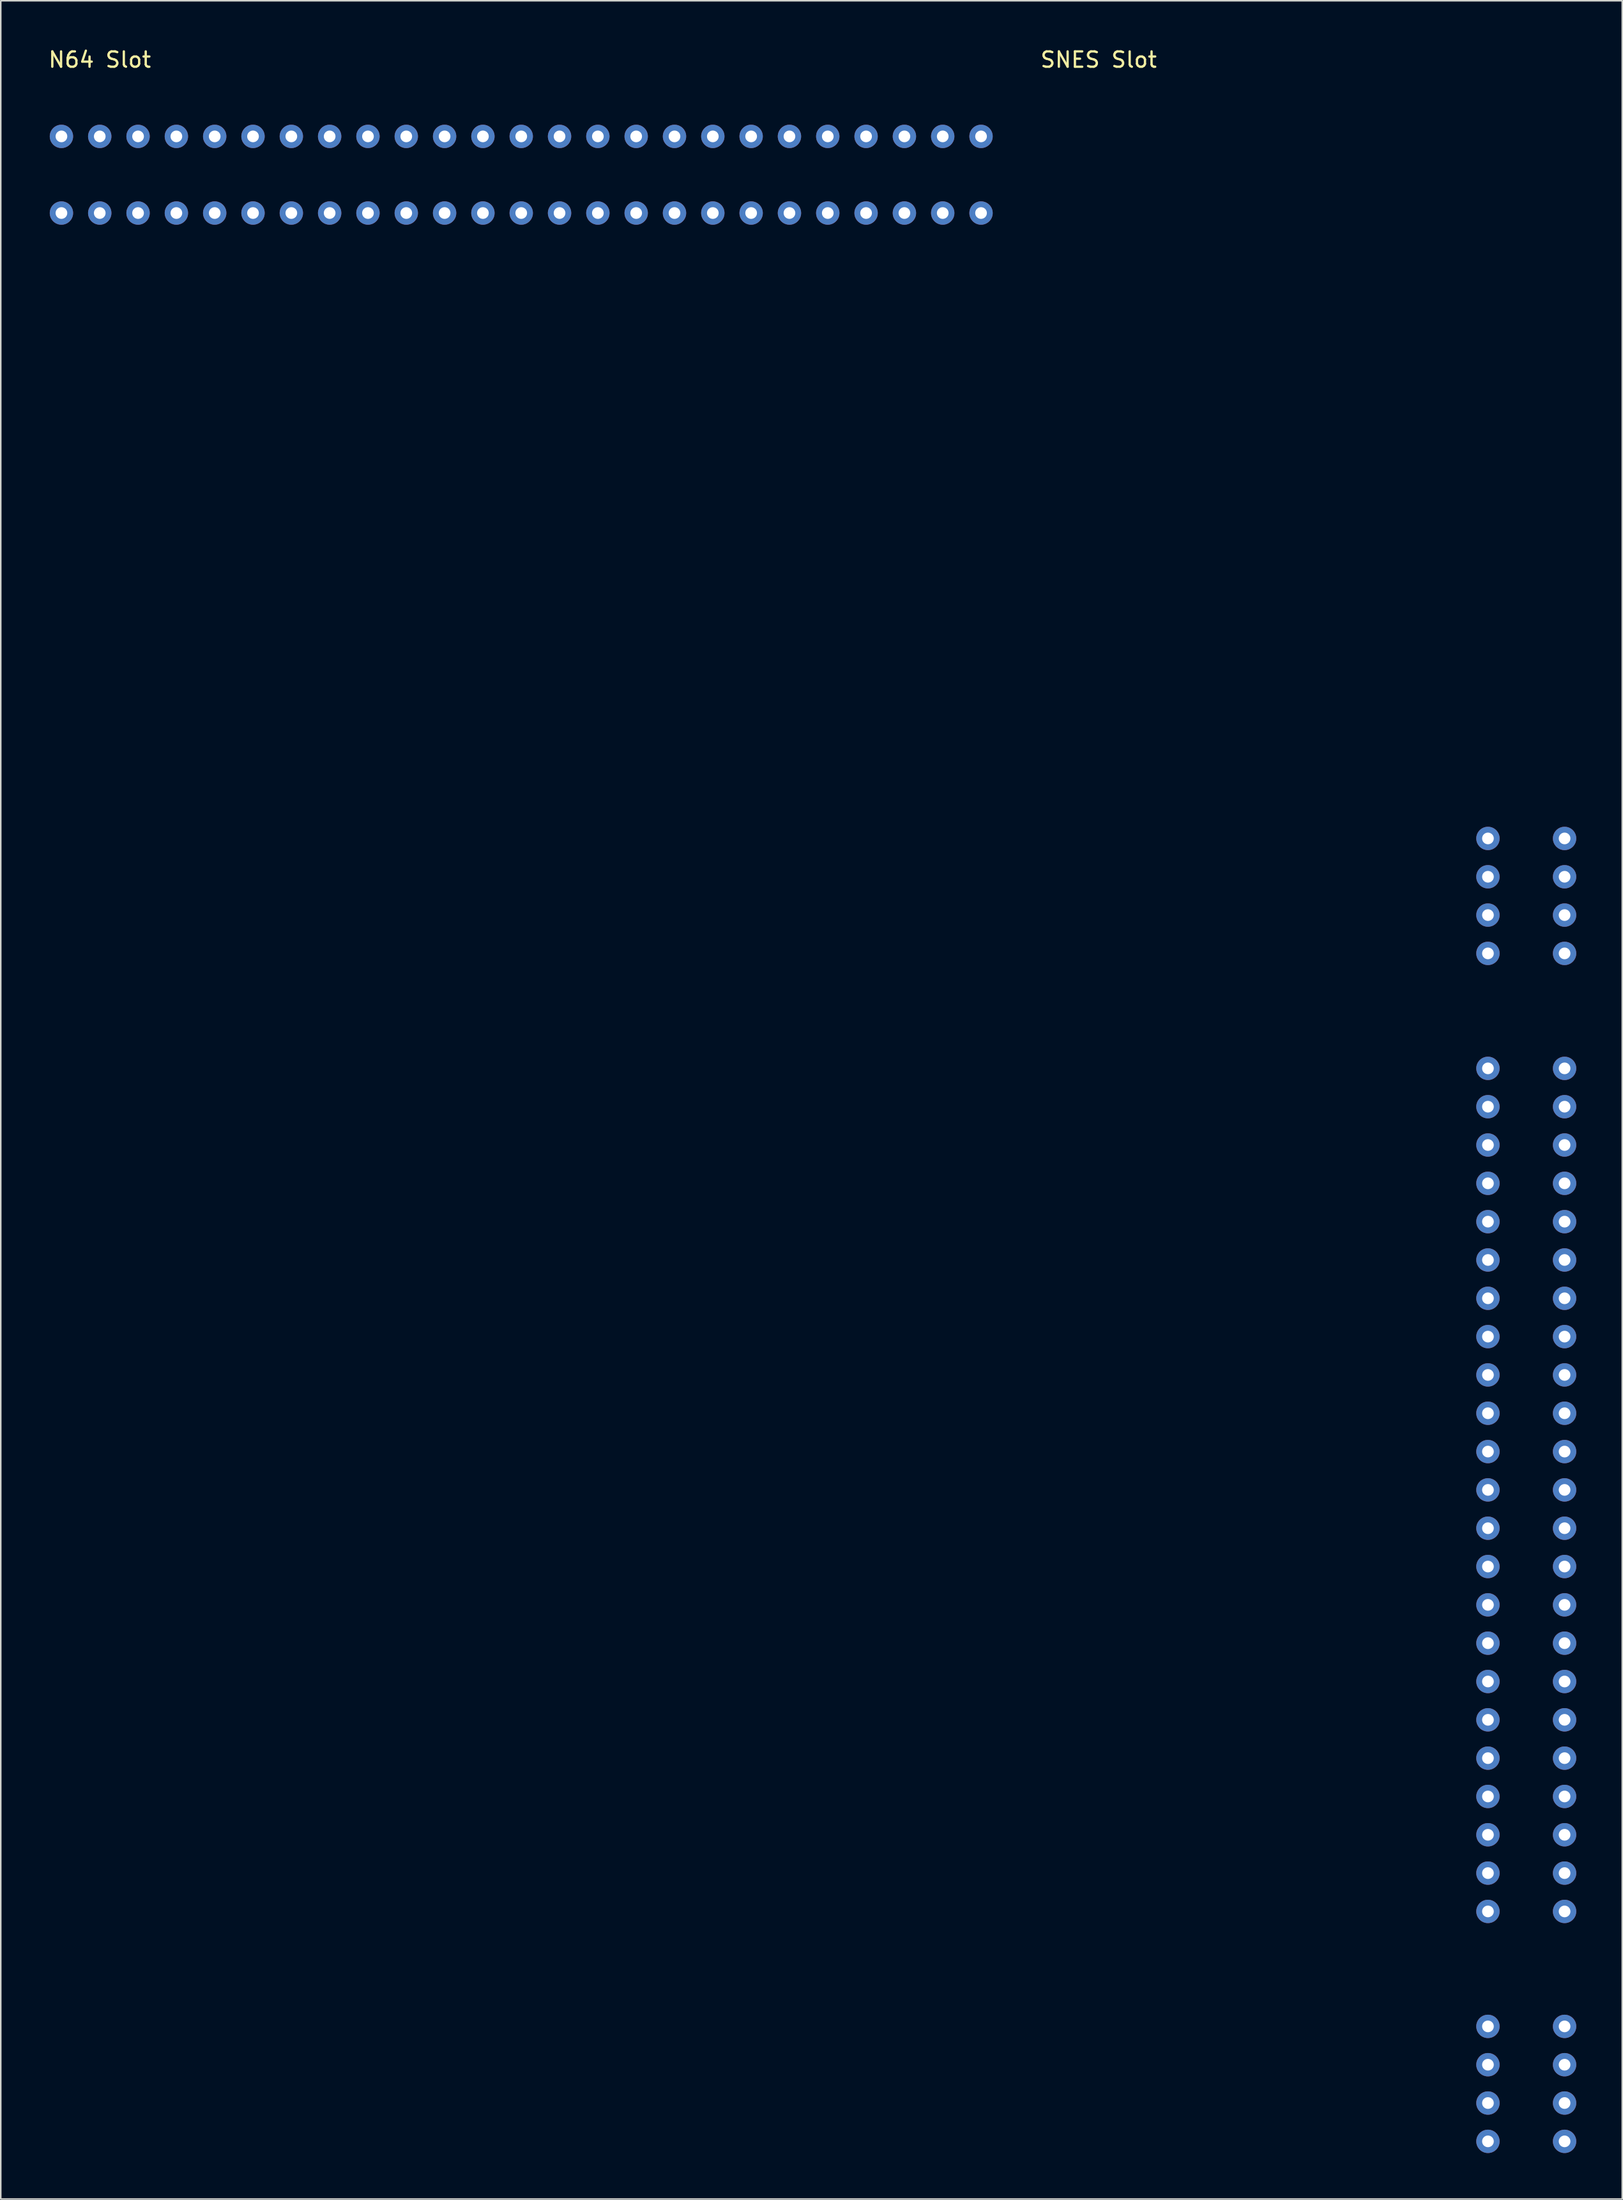
<source format=kicad_pcb>
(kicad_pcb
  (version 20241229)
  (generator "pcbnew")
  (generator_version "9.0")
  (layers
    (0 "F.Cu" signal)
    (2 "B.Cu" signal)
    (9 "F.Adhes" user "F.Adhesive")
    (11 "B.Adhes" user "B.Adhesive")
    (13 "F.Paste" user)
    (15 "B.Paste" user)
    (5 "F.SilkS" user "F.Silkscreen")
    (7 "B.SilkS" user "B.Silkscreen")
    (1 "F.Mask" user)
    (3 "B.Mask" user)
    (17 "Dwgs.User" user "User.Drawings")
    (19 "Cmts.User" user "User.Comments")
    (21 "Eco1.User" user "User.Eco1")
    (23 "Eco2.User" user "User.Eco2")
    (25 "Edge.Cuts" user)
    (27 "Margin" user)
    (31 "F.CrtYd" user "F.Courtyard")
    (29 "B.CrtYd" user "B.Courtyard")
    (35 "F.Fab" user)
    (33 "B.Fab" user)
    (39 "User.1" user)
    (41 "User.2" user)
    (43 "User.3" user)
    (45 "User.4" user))
  (footprint "SNES Slot"
    (layer "F.Cu")
    (at 94.031 51.648)
    (property "Reference" "SNES Slot" (at -25.4 -50.8 0) (unlocked yes) (layer "F.SilkS") (effects (font (size 1 1) (thickness 0.15))))
    (attr through_hole)
    (pad "1" thru_hole circle (at 0 0) (size 1.524 1.524) (drill 0.762) (layers "*.Cu" "*.Mask"))
    (pad "2" thru_hole circle (at 0 2.5) (size 1.524 1.524) (drill 0.762) (layers "*.Cu" "*.Mask"))
    (pad "3" thru_hole circle (at 0 5) (size 1.524 1.524) (drill 0.762) (layers "*.Cu" "*.Mask"))
    (pad "4" thru_hole circle (at 0 7.5) (size 1.524 1.524) (drill 0.762) (layers "*.Cu" "*.Mask"))
    (pad "5" thru_hole circle (at 0 15) (size 1.524 1.524) (drill 0.762) (layers "*.Cu" "*.Mask"))
    (pad "6" thru_hole circle (at 0 17.5) (size 1.524 1.524) (drill 0.762) (layers "*.Cu" "*.Mask"))
    (pad "7" thru_hole circle (at 0 20) (size 1.524 1.524) (drill 0.762) (layers "*.Cu" "*.Mask"))
    (pad "8" thru_hole circle (at 0 22.5) (size 1.524 1.524) (drill 0.762) (layers "*.Cu" "*.Mask"))
    (pad "9" thru_hole circle (at 0 25) (size 1.524 1.524) (drill 0.762) (layers "*.Cu" "*.Mask"))
    (pad "10" thru_hole circle (at 0 27.5) (size 1.524 1.524) (drill 0.762) (layers "*.Cu" "*.Mask"))
    (pad "11" thru_hole circle (at 0 30) (size 1.524 1.524) (drill 0.762) (layers "*.Cu" "*.Mask"))
    (pad "12" thru_hole circle (at 0 32.5) (size 1.524 1.524) (drill 0.762) (layers "*.Cu" "*.Mask"))
    (pad "13" thru_hole circle (at 0 35) (size 1.524 1.524) (drill 0.762) (layers "*.Cu" "*.Mask"))
    (pad "14" thru_hole circle (at 0 37.5) (size 1.524 1.524) (drill 0.762) (layers "*.Cu" "*.Mask"))
    (pad "15" thru_hole circle (at 0 40) (size 1.524 1.524) (drill 0.762) (layers "*.Cu" "*.Mask"))
    (pad "16" thru_hole circle (at 0 42.5) (size 1.524 1.524) (drill 0.762) (layers "*.Cu" "*.Mask"))
    (pad "17" thru_hole circle (at 0 45) (size 1.524 1.524) (drill 0.762) (layers "*.Cu" "*.Mask"))
    (pad "18" thru_hole circle (at 0 47.5) (size 1.524 1.524) (drill 0.762) (layers "*.Cu" "*.Mask"))
    (pad "19" thru_hole circle (at 0 50) (size 1.524 1.524) (drill 0.762) (layers "*.Cu" "*.Mask"))
    (pad "20" thru_hole circle (at 0 52.5) (size 1.524 1.524) (drill 0.762) (layers "*.Cu" "*.Mask"))
    (pad "21" thru_hole circle (at 0 55) (size 1.524 1.524) (drill 0.762) (layers "*.Cu" "*.Mask"))
    (pad "22" thru_hole circle (at 0 57.5) (size 1.524 1.524) (drill 0.762) (layers "*.Cu" "*.Mask"))
    (pad "23" thru_hole circle (at 0 60) (size 1.524 1.524) (drill 0.762) (layers "*.Cu" "*.Mask"))
    (pad "24" thru_hole circle (at 0 62.5) (size 1.524 1.524) (drill 0.762) (layers "*.Cu" "*.Mask"))
    (pad "25" thru_hole circle (at 0 65) (size 1.524 1.524) (drill 0.762) (layers "*.Cu" "*.Mask"))
    (pad "26" thru_hole circle (at 0 67.5) (size 1.524 1.524) (drill 0.762) (layers "*.Cu" "*.Mask"))
    (pad "27" thru_hole circle (at 0 70) (size 1.524 1.524) (drill 0.762) (layers "*.Cu" "*.Mask"))
    (pad "28" thru_hole circle (at 0 77.5) (size 1.524 1.524) (drill 0.762) (layers "*.Cu" "*.Mask"))
    (pad "29" thru_hole circle (at 0 80) (size 1.524 1.524) (drill 0.762) (layers "*.Cu" "*.Mask"))
    (pad "30" thru_hole circle (at 0 82.5) (size 1.524 1.524) (drill 0.762) (layers "*.Cu" "*.Mask"))
    (pad "31" thru_hole circle (at 0 85) (size 1.524 1.524) (drill 0.762) (layers "*.Cu" "*.Mask"))
    (pad "32" thru_hole circle (at 5 0) (size 1.524 1.524) (drill 0.762) (layers "*.Cu" "*.Mask"))
    (pad "33" thru_hole circle (at 5 2.5) (size 1.524 1.524) (drill 0.762) (layers "*.Cu" "*.Mask"))
    (pad "34" thru_hole circle (at 5 5) (size 1.524 1.524) (drill 0.762) (layers "*.Cu" "*.Mask"))
    (pad "35" thru_hole circle (at 5 7.5) (size 1.524 1.524) (drill 0.762) (layers "*.Cu" "*.Mask"))
    (pad "36" thru_hole circle (at 5 15) (size 1.524 1.524) (drill 0.762) (layers "*.Cu" "*.Mask"))
    (pad "37" thru_hole circle (at 5 17.5) (size 1.524 1.524) (drill 0.762) (layers "*.Cu" "*.Mask"))
    (pad "38" thru_hole circle (at 5 20) (size 1.524 1.524) (drill 0.762) (layers "*.Cu" "*.Mask"))
    (pad "39" thru_hole circle (at 5 22.5) (size 1.524 1.524) (drill 0.762) (layers "*.Cu" "*.Mask"))
    (pad "40" thru_hole circle (at 5 25) (size 1.524 1.524) (drill 0.762) (layers "*.Cu" "*.Mask"))
    (pad "41" thru_hole circle (at 5 27.5) (size 1.524 1.524) (drill 0.762) (layers "*.Cu" "*.Mask"))
    (pad "42" thru_hole circle (at 5 30) (size 1.524 1.524) (drill 0.762) (layers "*.Cu" "*.Mask"))
    (pad "43" thru_hole circle (at 5 32.5) (size 1.524 1.524) (drill 0.762) (layers "*.Cu" "*.Mask"))
    (pad "44" thru_hole circle (at 5 35) (size 1.524 1.524) (drill 0.762) (layers "*.Cu" "*.Mask"))
    (pad "45" thru_hole circle (at 5 37.5) (size 1.524 1.524) (drill 0.762) (layers "*.Cu" "*.Mask"))
    (pad "46" thru_hole circle (at 5 40) (size 1.524 1.524) (drill 0.762) (layers "*.Cu" "*.Mask"))
    (pad "47" thru_hole circle (at 5 42.5) (size 1.524 1.524) (drill 0.762) (layers "*.Cu" "*.Mask"))
    (pad "48" thru_hole circle (at 5 45) (size 1.524 1.524) (drill 0.762) (layers "*.Cu" "*.Mask"))
    (pad "49" thru_hole circle (at 5 47.5) (size 1.524 1.524) (drill 0.762) (layers "*.Cu" "*.Mask"))
    (pad "50" thru_hole circle (at 5 50) (size 1.524 1.524) (drill 0.762) (layers "*.Cu" "*.Mask"))
    (pad "51" thru_hole circle (at 5 52.5) (size 1.524 1.524) (drill 0.762) (layers "*.Cu" "*.Mask"))
    (pad "52" thru_hole circle (at 5 55) (size 1.524 1.524) (drill 0.762) (layers "*.Cu" "*.Mask"))
    (pad "53" thru_hole circle (at 5 57.5) (size 1.524 1.524) (drill 0.762) (layers "*.Cu" "*.Mask"))
    (pad "54" thru_hole circle (at 5 60) (size 1.524 1.524) (drill 0.762) (layers "*.Cu" "*.Mask"))
    (pad "55" thru_hole circle (at 5 62.5) (size 1.524 1.524) (drill 0.762) (layers "*.Cu" "*.Mask"))
    (pad "56" thru_hole circle (at 5 65) (size 1.524 1.524) (drill 0.762) (layers "*.Cu" "*.Mask"))
    (pad "57" thru_hole circle (at 5 67.5) (size 1.524 1.524) (drill 0.762) (layers "*.Cu" "*.Mask"))
    (pad "58" thru_hole circle (at 5 70) (size 1.524 1.524) (drill 0.762) (layers "*.Cu" "*.Mask"))
    (pad "59" thru_hole circle (at 5 77.5) (size 1.524 1.524) (drill 0.762) (layers "*.Cu" "*.Mask"))
    (pad "60" thru_hole circle (at 5 80) (size 1.524 1.524) (drill 0.762) (layers "*.Cu" "*.Mask"))
    (pad "61" thru_hole circle (at 5 82.5) (size 1.524 1.524) (drill 0.762) (layers "*.Cu" "*.Mask"))
    (pad "62" thru_hole circle (at 5 85) (size 1.524 1.524) (drill 0.762) (layers "*.Cu" "*.Mask")))
  (footprint "N64 Slot"
    (layer "F.Cu")
    (at 0.958 10.848)
    (property "Reference" "N64 Slot" (at 2.5 -10 0) (unlocked yes) (layer "F.SilkS") (effects (font (size 1 1) (thickness 0.15))))
    (attr through_hole)
    (pad "1" thru_hole circle (at 0 0) (size 1.524 1.524) (drill 0.762) (layers "*.Cu" "*.Mask"))
    (pad "2" thru_hole circle (at 2.5 0) (size 1.524 1.524) (drill 0.762) (layers "*.Cu" "*.Mask"))
    (pad "3" thru_hole circle (at 5 0) (size 1.524 1.524) (drill 0.762) (layers "*.Cu" "*.Mask"))
    (pad "4" thru_hole circle (at 7.5 0) (size 1.524 1.524) (drill 0.762) (layers "*.Cu" "*.Mask"))
    (pad "5" thru_hole circle (at 10 0) (size 1.524 1.524) (drill 0.762) (layers "*.Cu" "*.Mask"))
    (pad "6" thru_hole circle (at 12.5 0) (size 1.524 1.524) (drill 0.762) (layers "*.Cu" "*.Mask"))
    (pad "7" thru_hole circle (at 15 0) (size 1.524 1.524) (drill 0.762) (layers "*.Cu" "*.Mask"))
    (pad "8" thru_hole circle (at 17.5 0) (size 1.524 1.524) (drill 0.762) (layers "*.Cu" "*.Mask"))
    (pad "9" thru_hole circle (at 20 0) (size 1.524 1.524) (drill 0.762) (layers "*.Cu" "*.Mask"))
    (pad "10" thru_hole circle (at 22.5 0) (size 1.524 1.524) (drill 0.762) (layers "*.Cu" "*.Mask"))
    (pad "11" thru_hole circle (at 25 0) (size 1.524 1.524) (drill 0.762) (layers "*.Cu" "*.Mask"))
    (pad "12" thru_hole circle (at 27.5 0) (size 1.524 1.524) (drill 0.762) (layers "*.Cu" "*.Mask"))
    (pad "13" thru_hole circle (at 30 0) (size 1.524 1.524) (drill 0.762) (layers "*.Cu" "*.Mask"))
    (pad "14" thru_hole circle (at 32.5 0) (size 1.524 1.524) (drill 0.762) (layers "*.Cu" "*.Mask"))
    (pad "15" thru_hole circle (at 35 0) (size 1.524 1.524) (drill 0.762) (layers "*.Cu" "*.Mask"))
    (pad "16" thru_hole circle (at 37.5 0) (size 1.524 1.524) (drill 0.762) (layers "*.Cu" "*.Mask"))
    (pad "17" thru_hole circle (at 40 0) (size 1.524 1.524) (drill 0.762) (layers "*.Cu" "*.Mask"))
    (pad "18" thru_hole circle (at 42.5 0) (size 1.524 1.524) (drill 0.762) (layers "*.Cu" "*.Mask"))
    (pad "19" thru_hole circle (at 45 0) (size 1.524 1.524) (drill 0.762) (layers "*.Cu" "*.Mask"))
    (pad "20" thru_hole circle (at 47.5 0) (size 1.524 1.524) (drill 0.762) (layers "*.Cu" "*.Mask"))
    (pad "21" thru_hole circle (at 50 0) (size 1.524 1.524) (drill 0.762) (layers "*.Cu" "*.Mask"))
    (pad "22" thru_hole circle (at 52.5 0) (size 1.524 1.524) (drill 0.762) (layers "*.Cu" "*.Mask"))
    (pad "23" thru_hole circle (at 55 0) (size 1.524 1.524) (drill 0.762) (layers "*.Cu" "*.Mask"))
    (pad "24" thru_hole circle (at 57.5 0) (size 1.524 1.524) (drill 0.762) (layers "*.Cu" "*.Mask"))
    (pad "25" thru_hole circle (at 60 0) (size 1.524 1.524) (drill 0.762) (layers "*.Cu" "*.Mask"))
    (pad "26" thru_hole circle (at 0 -5) (size 1.524 1.524) (drill 0.762) (layers "*.Cu" "*.Mask"))
    (pad "27" thru_hole circle (at 2.5 -5) (size 1.524 1.524) (drill 0.762) (layers "*.Cu" "*.Mask"))
    (pad "28" thru_hole circle (at 5 -5) (size 1.524 1.524) (drill 0.762) (layers "*.Cu" "*.Mask"))
    (pad "29" thru_hole circle (at 7.5 -5) (size 1.524 1.524) (drill 0.762) (layers "*.Cu" "*.Mask"))
    (pad "30" thru_hole circle (at 10 -5) (size 1.524 1.524) (drill 0.762) (layers "*.Cu" "*.Mask"))
    (pad "31" thru_hole circle (at 12.5 -5) (size 1.524 1.524) (drill 0.762) (layers "*.Cu" "*.Mask"))
    (pad "32" thru_hole circle (at 15 -5) (size 1.524 1.524) (drill 0.762) (layers "*.Cu" "*.Mask"))
    (pad "33" thru_hole circle (at 17.5 -5) (size 1.524 1.524) (drill 0.762) (layers "*.Cu" "*.Mask"))
    (pad "34" thru_hole circle (at 20 -5) (size 1.524 1.524) (drill 0.762) (layers "*.Cu" "*.Mask"))
    (pad "35" thru_hole circle (at 22.5 -5) (size 1.524 1.524) (drill 0.762) (layers "*.Cu" "*.Mask"))
    (pad "36" thru_hole circle (at 25 -5) (size 1.524 1.524) (drill 0.762) (layers "*.Cu" "*.Mask"))
    (pad "37" thru_hole circle (at 27.5 -5) (size 1.524 1.524) (drill 0.762) (layers "*.Cu" "*.Mask"))
    (pad "38" thru_hole circle (at 30 -5) (size 1.524 1.524) (drill 0.762) (layers "*.Cu" "*.Mask"))
    (pad "39" thru_hole circle (at 32.5 -5) (size 1.524 1.524) (drill 0.762) (layers "*.Cu" "*.Mask"))
    (pad "40" thru_hole circle (at 35 -5) (size 1.524 1.524) (drill 0.762) (layers "*.Cu" "*.Mask"))
    (pad "41" thru_hole circle (at 37.5 -5) (size 1.524 1.524) (drill 0.762) (layers "*.Cu" "*.Mask"))
    (pad "42" thru_hole circle (at 40 -5) (size 1.524 1.524) (drill 0.762) (layers "*.Cu" "*.Mask"))
    (pad "43" thru_hole circle (at 42.5 -5) (size 1.524 1.524) (drill 0.762) (layers "*.Cu" "*.Mask"))
    (pad "44" thru_hole circle (at 45 -5) (size 1.524 1.524) (drill 0.762) (layers "*.Cu" "*.Mask"))
    (pad "45" thru_hole circle (at 47.5 -5) (size 1.524 1.524) (drill 0.762) (layers "*.Cu" "*.Mask"))
    (pad "46" thru_hole circle (at 50 -5) (size 1.524 1.524) (drill 0.762) (layers "*.Cu" "*.Mask"))
    (pad "47" thru_hole circle (at 52.5 -5) (size 1.524 1.524) (drill 0.762) (layers "*.Cu" "*.Mask"))
    (pad "48" thru_hole circle (at 55 -5) (size 1.524 1.524) (drill 0.762) (layers "*.Cu" "*.Mask"))
    (pad "49" thru_hole circle (at 57.5 -5) (size 1.524 1.524) (drill 0.762) (layers "*.Cu" "*.Mask"))
    (pad "50" thru_hole circle (at 60 -5) (size 1.524 1.524) (drill 0.762) (layers "*.Cu" "*.Mask")))
  (gr_rect
    (start -3 -3)
    (end 102.793 140.41)
    (stroke (width 0.1) (type default))
    (fill no)
    (layer "Edge.Cuts")))
</source>
